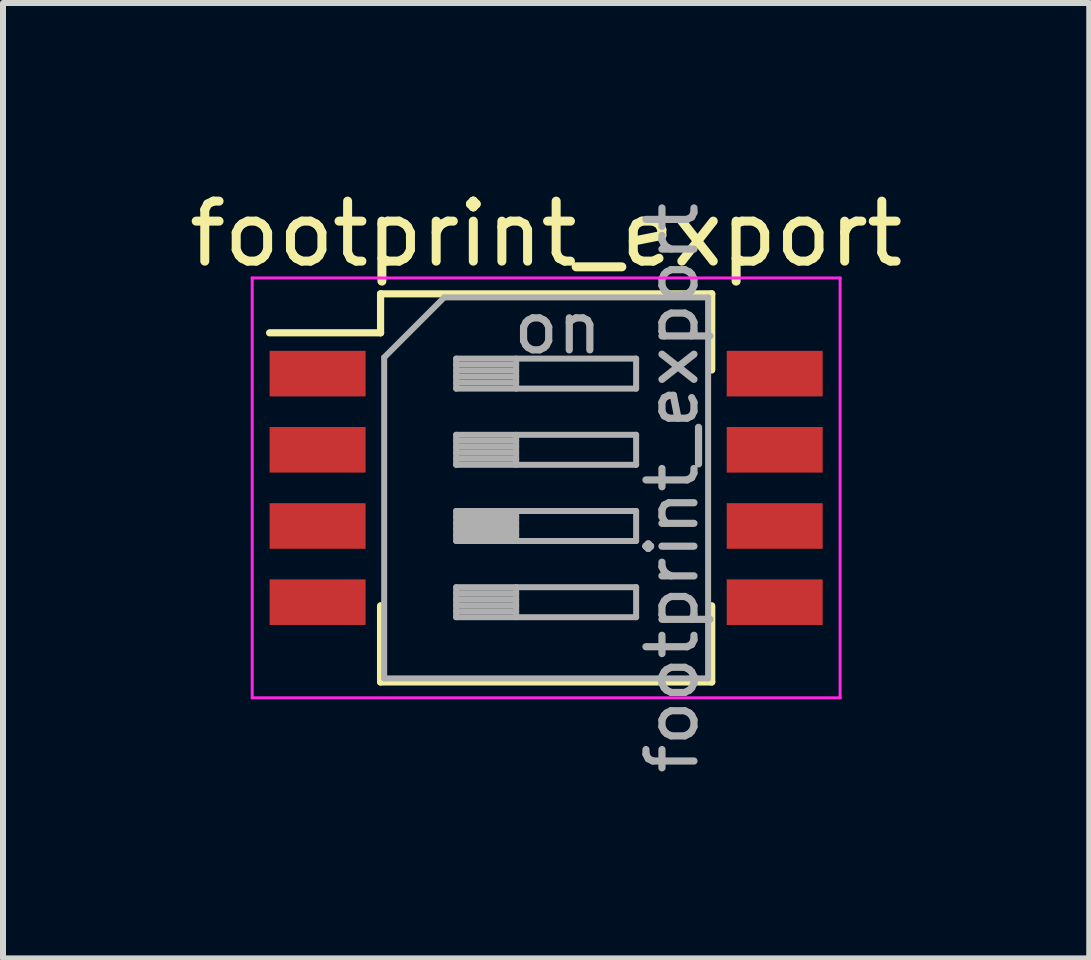
<source format=kicad_pcb>
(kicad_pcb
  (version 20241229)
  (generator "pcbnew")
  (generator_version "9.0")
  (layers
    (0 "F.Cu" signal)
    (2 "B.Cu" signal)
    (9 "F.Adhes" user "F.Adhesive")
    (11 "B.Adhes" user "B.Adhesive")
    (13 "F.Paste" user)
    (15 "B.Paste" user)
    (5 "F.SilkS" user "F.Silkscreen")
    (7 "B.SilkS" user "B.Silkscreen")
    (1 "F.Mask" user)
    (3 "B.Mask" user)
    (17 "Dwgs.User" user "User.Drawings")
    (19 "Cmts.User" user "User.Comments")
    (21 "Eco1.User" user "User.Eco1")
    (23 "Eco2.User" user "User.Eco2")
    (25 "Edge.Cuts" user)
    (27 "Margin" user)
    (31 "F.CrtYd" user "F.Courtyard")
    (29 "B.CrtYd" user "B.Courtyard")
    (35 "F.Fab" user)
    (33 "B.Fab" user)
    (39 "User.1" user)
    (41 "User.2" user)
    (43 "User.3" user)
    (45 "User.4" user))
  (footprint "footprint_export"
    (layer "F.Cu")
    (at 6.054 5.083)
    (property "Reference" "footprint_export" (at 0 -4.235 0) (layer "F.SilkS") (effects (font (size 1 1) (thickness 0.15))))
    (attr smd)
    (fp_line (start -4.61 -2.585) (end -2.76 -2.585) (stroke (width 0.12) (type solid)) (layer "F.SilkS"))
    (fp_line (start -2.76 -3.235) (end -2.76 -2.585) (stroke (width 0.12) (type solid)) (layer "F.SilkS"))
    (fp_line (start -2.76 -3.235) (end 2.76 -3.235) (stroke (width 0.12) (type solid)) (layer "F.SilkS"))
    (fp_line (start -2.76 1.965) (end -2.76 3.235) (stroke (width 0.12) (type solid)) (layer "F.SilkS"))
    (fp_line (start -2.76 3.235) (end 2.76 3.235) (stroke (width 0.12) (type solid)) (layer "F.SilkS"))
    (fp_line (start 2.76 -3.235) (end 2.76 -1.966) (stroke (width 0.12) (type solid)) (layer "F.SilkS"))
    (fp_line (start 2.76 1.965) (end 2.76 3.235) (stroke (width 0.12) (type solid)) (layer "F.SilkS"))
    (fp_line (start -4.9 -3.5) (end -4.9 3.5) (stroke (width 0.05) (type solid)) (layer "F.CrtYd"))
    (fp_line (start -4.9 3.5) (end 4.9 3.5) (stroke (width 0.05) (type solid)) (layer "F.CrtYd"))
    (fp_line (start 4.9 -3.5) (end -4.9 -3.5) (stroke (width 0.05) (type solid)) (layer "F.CrtYd"))
    (fp_line (start 4.9 3.5) (end 4.9 -3.5) (stroke (width 0.05) (type solid)) (layer "F.CrtYd"))
    (fp_line (start -2.7 -2.175) (end -1.7 -3.175) (stroke (width 0.1) (type solid)) (layer "F.Fab"))
    (fp_line (start -2.7 3.175) (end -2.7 -2.175) (stroke (width 0.1) (type solid)) (layer "F.Fab"))
    (fp_line (start -1.7 -3.175) (end 2.7 -3.175) (stroke (width 0.1) (type solid)) (layer "F.Fab"))
    (fp_line (start -1.5 -2.155) (end -1.5 -1.655) (stroke (width 0.1) (type solid)) (layer "F.Fab"))
    (fp_line (start -1.5 -2.055) (end -0.5 -2.055) (stroke (width 0.1) (type solid)) (layer "F.Fab"))
    (fp_line (start -1.5 -1.955) (end -0.5 -1.955) (stroke (width 0.1) (type solid)) (layer "F.Fab"))
    (fp_line (start -1.5 -1.855) (end -0.5 -1.855) (stroke (width 0.1) (type solid)) (layer "F.Fab"))
    (fp_line (start -1.5 -1.755) (end -0.5 -1.755) (stroke (width 0.1) (type solid)) (layer "F.Fab"))
    (fp_line (start -1.5 -1.655) (end 1.5 -1.655) (stroke (width 0.1) (type solid)) (layer "F.Fab"))
    (fp_line (start -1.5 -0.885) (end -1.5 -0.385) (stroke (width 0.1) (type solid)) (layer "F.Fab"))
    (fp_line (start -1.5 -0.785) (end -0.5 -0.785) (stroke (width 0.1) (type solid)) (layer "F.Fab"))
    (fp_line (start -1.5 -0.685) (end -0.5 -0.685) (stroke (width 0.1) (type solid)) (layer "F.Fab"))
    (fp_line (start -1.5 -0.585) (end -0.5 -0.585) (stroke (width 0.1) (type solid)) (layer "F.Fab"))
    (fp_line (start -1.5 -0.485) (end -0.5 -0.485) (stroke (width 0.1) (type solid)) (layer "F.Fab"))
    (fp_line (start -1.5 -0.385) (end 1.5 -0.385) (stroke (width 0.1) (type solid)) (layer "F.Fab"))
    (fp_line (start -1.5 0.385) (end -1.5 0.885) (stroke (width 0.1) (type solid)) (layer "F.Fab"))
    (fp_line (start -1.5 0.485) (end -0.5 0.485) (stroke (width 0.1) (type solid)) (layer "F.Fab"))
    (fp_line (start -1.5 0.585) (end -0.5 0.585) (stroke (width 0.1) (type solid)) (layer "F.Fab"))
    (fp_line (start -1.5 0.685) (end -0.5 0.685) (stroke (width 0.1) (type solid)) (layer "F.Fab"))
    (fp_line (start -1.5 0.785) (end -0.5 0.785) (stroke (width 0.1) (type solid)) (layer "F.Fab"))
    (fp_line (start -1.5 0.885) (end 1.5 0.885) (stroke (width 0.1) (type solid)) (layer "F.Fab"))
    (fp_line (start -1.5 1.655) (end -1.5 2.155) (stroke (width 0.1) (type solid)) (layer "F.Fab"))
    (fp_line (start -1.5 1.755) (end -0.5 1.755) (stroke (width 0.1) (type solid)) (layer "F.Fab"))
    (fp_line (start -1.5 1.855) (end -0.5 1.855) (stroke (width 0.1) (type solid)) (layer "F.Fab"))
    (fp_line (start -1.5 1.955) (end -0.5 1.955) (stroke (width 0.1) (type solid)) (layer "F.Fab"))
    (fp_line (start -1.5 2.055) (end -0.5 2.055) (stroke (width 0.1) (type solid)) (layer "F.Fab"))
    (fp_line (start -1.5 2.155) (end 1.5 2.155) (stroke (width 0.1) (type solid)) (layer "F.Fab"))
    (fp_line (start -0.5 -2.155) (end -0.5 -1.655) (stroke (width 0.1) (type solid)) (layer "F.Fab"))
    (fp_line (start -0.5 -0.885) (end -0.5 -0.385) (stroke (width 0.1) (type solid)) (layer "F.Fab"))
    (fp_line (start -0.5 0.385) (end -0.5 0.885) (stroke (width 0.1) (type solid)) (layer "F.Fab"))
    (fp_line (start -0.5 1.655) (end -0.5 2.155) (stroke (width 0.1) (type solid)) (layer "F.Fab"))
    (fp_line (start 1.5 -2.155) (end -1.5 -2.155) (stroke (width 0.1) (type solid)) (layer "F.Fab"))
    (fp_line (start 1.5 -1.655) (end 1.5 -2.155) (stroke (width 0.1) (type solid)) (layer "F.Fab"))
    (fp_line (start 1.5 -0.885) (end -1.5 -0.885) (stroke (width 0.1) (type solid)) (layer "F.Fab"))
    (fp_line (start 1.5 -0.385) (end 1.5 -0.885) (stroke (width 0.1) (type solid)) (layer "F.Fab"))
    (fp_line (start 1.5 0.385) (end -1.5 0.385) (stroke (width 0.1) (type solid)) (layer "F.Fab"))
    (fp_line (start 1.5 0.885) (end 1.5 0.385) (stroke (width 0.1) (type solid)) (layer "F.Fab"))
    (fp_line (start 1.5 1.655) (end -1.5 1.655) (stroke (width 0.1) (type solid)) (layer "F.Fab"))
    (fp_line (start 1.5 2.155) (end 1.5 1.655) (stroke (width 0.1) (type solid)) (layer "F.Fab"))
    (fp_line (start 2.7 -3.175) (end 2.7 3.175) (stroke (width 0.1) (type solid)) (layer "F.Fab"))
    (fp_line (start 2.7 3.175) (end -2.7 3.175) (stroke (width 0.1) (type solid)) (layer "F.Fab"))
    (fp_text user "on" (at 0.195 -2.665 0) (layer "F.Fab") (effects (font (size 0.8 0.8) (thickness 0.12))))
    (fp_text user "${REFERENCE}" (at 2.1 0 90) (layer "F.Fab") (effects (font (size 0.8 0.8) (thickness 0.12))))
    (pad "1" smd rect (at -3.81 -1.905) (size 1.6 0.76) (layers "F.Cu" "F.Mask" "F.Paste"))
    (pad "2" smd rect (at -3.81 -0.635) (size 1.6 0.76) (layers "F.Cu" "F.Mask" "F.Paste"))
    (pad "3" smd rect (at -3.81 0.635) (size 1.6 0.76) (layers "F.Cu" "F.Mask" "F.Paste"))
    (pad "4" smd rect (at -3.81 1.905) (size 1.6 0.76) (layers "F.Cu" "F.Mask" "F.Paste"))
    (pad "5" smd rect (at 3.81 1.905) (size 1.6 0.76) (layers "F.Cu" "F.Mask" "F.Paste"))
    (pad "6" smd rect (at 3.81 0.635) (size 1.6 0.76) (layers "F.Cu" "F.Mask" "F.Paste"))
    (pad "7" smd rect (at 3.81 -0.635) (size 1.6 0.76) (layers "F.Cu" "F.Mask" "F.Paste"))
    (pad "8" smd rect (at 3.81 -1.905) (size 1.6 0.76) (layers "F.Cu" "F.Mask" "F.Paste")))
  (gr_rect
    (start -3 -3)
    (end 15.107 12.926)
    (stroke (width 0.1) (type default))
    (fill no)
    (layer "Edge.Cuts")))
</source>
